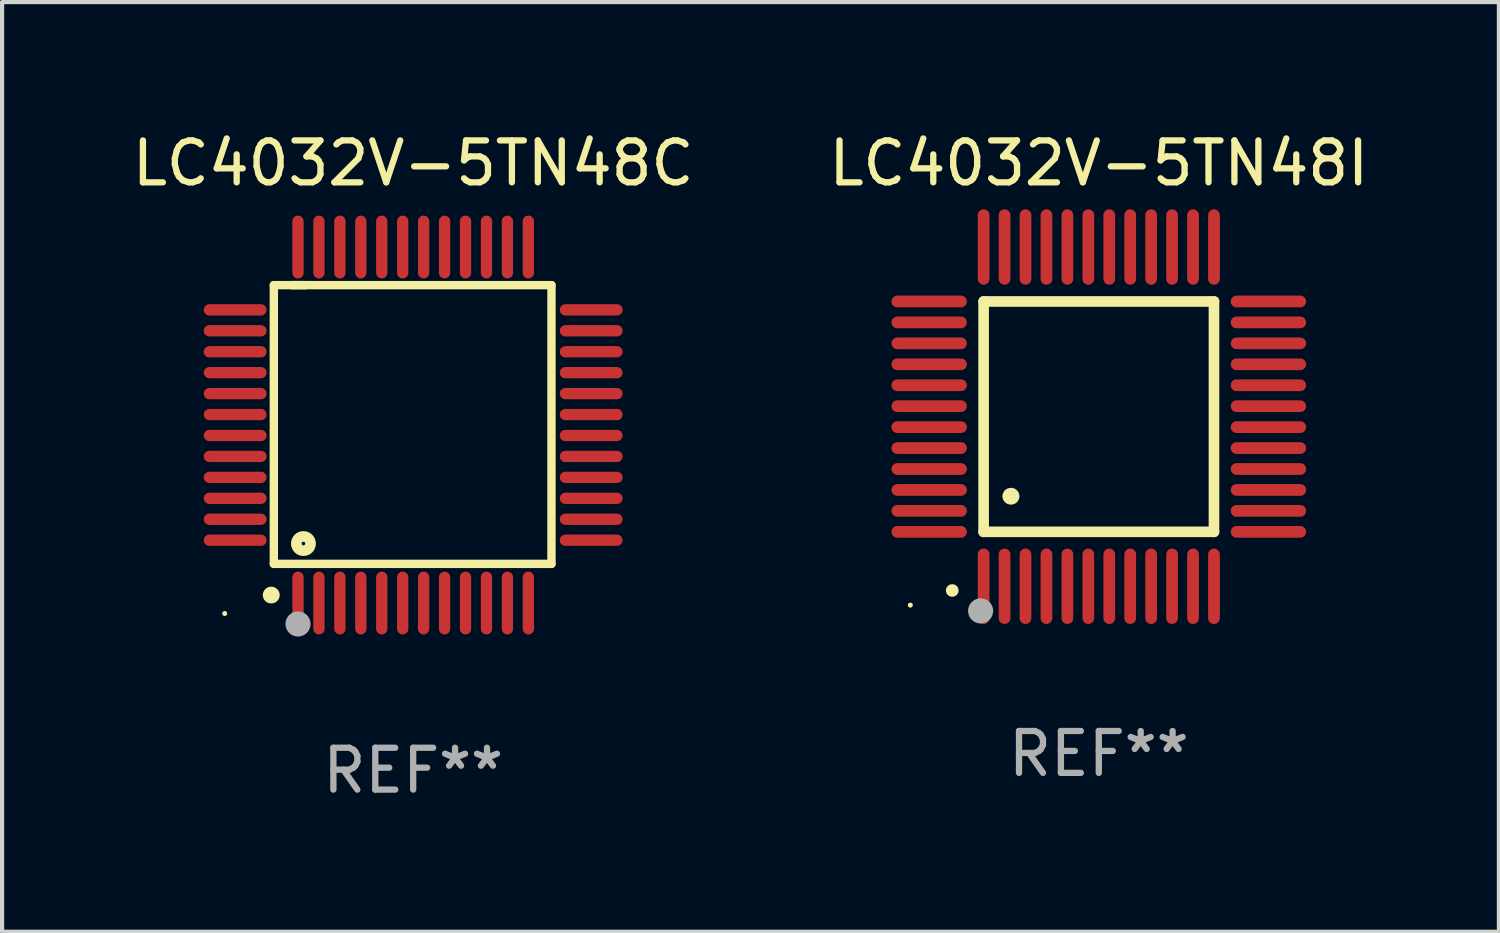
<source format=kicad_pcb>
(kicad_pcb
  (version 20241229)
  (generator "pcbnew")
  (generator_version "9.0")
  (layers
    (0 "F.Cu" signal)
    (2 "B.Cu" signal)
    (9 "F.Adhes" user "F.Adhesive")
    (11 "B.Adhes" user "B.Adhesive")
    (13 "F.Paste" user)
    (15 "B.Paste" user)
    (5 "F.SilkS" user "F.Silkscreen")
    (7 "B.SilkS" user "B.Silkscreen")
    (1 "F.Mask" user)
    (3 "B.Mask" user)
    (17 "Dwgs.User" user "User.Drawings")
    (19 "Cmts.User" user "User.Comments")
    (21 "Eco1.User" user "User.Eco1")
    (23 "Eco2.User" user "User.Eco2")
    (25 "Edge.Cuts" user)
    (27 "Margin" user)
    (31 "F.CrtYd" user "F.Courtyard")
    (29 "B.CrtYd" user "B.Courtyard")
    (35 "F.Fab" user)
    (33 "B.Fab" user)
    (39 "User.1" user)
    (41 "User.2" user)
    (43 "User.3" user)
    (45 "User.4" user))
  (footprint "LC4032V-5TN48I"
    (layer "F.Cu")
    (at 23.185 6.898)
    (property "Reference" "LC4032V-5TN48I" (at 0 -6.05 0) (layer "F.SilkS") (effects (font (size 1 1) (thickness 0.15))))
    (attr through_hole)
    (fp_line (start -2.75 -2.75) (end 2.75 -2.75) (stroke (width 0.254) (type solid)) (layer "F.SilkS"))
    (fp_line (start -2.75 2.75) (end -2.75 -2.75) (stroke (width 0.254) (type solid)) (layer "F.SilkS"))
    (fp_line (start 2.75 -2.75) (end 2.75 2.75) (stroke (width 0.254) (type solid)) (layer "F.SilkS"))
    (fp_line (start 2.75 2.75) (end -2.75 2.75) (stroke (width 0.254) (type solid)) (layer "F.SilkS"))
    (fp_arc (start -3.500127 4.150368) (mid -3.498857 4.150363) (end -3.497587 4.150368) (stroke (width 0.3) (type solid)) (layer "F.SilkS"))
    (fp_arc (start -2.100584 1.899924) (mid -2.098044 1.899908) (end -2.095504 1.899924) (stroke (width 0.4) (type solid)) (layer "F.SilkS"))
    (fp_circle (center -4.5 4.5) (end -4.47 4.5) (stroke (width 0.06) (type solid)) (fill no) (layer "F.SilkS"))
    (fp_circle (center -2.822 4.638) (end -2.672 4.638) (stroke (width 0.3) (type solid)) (fill no) (layer "F.Fab"))
    (fp_text user "REF**" (at 0 8.05 0) (layer "F.Fab") (effects (font (size 1 1) (thickness 0.15))))
    (pad "1" smd oval (at -2.75 4.05) (size 0.28 1.8) (layers "F.Cu" "F.Mask" "F.Paste"))
    (pad "2" smd oval (at -2.25 4.05) (size 0.28 1.8) (layers "F.Cu" "F.Mask" "F.Paste"))
    (pad "3" smd oval (at -1.75 4.05) (size 0.28 1.8) (layers "F.Cu" "F.Mask" "F.Paste"))
    (pad "4" smd oval (at -1.25 4.05) (size 0.28 1.8) (layers "F.Cu" "F.Mask" "F.Paste"))
    (pad "5" smd oval (at -0.75 4.05) (size 0.28 1.8) (layers "F.Cu" "F.Mask" "F.Paste"))
    (pad "6" smd oval (at -0.25 4.05) (size 0.28 1.8) (layers "F.Cu" "F.Mask" "F.Paste"))
    (pad "7" smd oval (at 0.25 4.05) (size 0.28 1.8) (layers "F.Cu" "F.Mask" "F.Paste"))
    (pad "8" smd oval (at 0.75 4.05) (size 0.28 1.8) (layers "F.Cu" "F.Mask" "F.Paste"))
    (pad "9" smd oval (at 1.25 4.05) (size 0.28 1.8) (layers "F.Cu" "F.Mask" "F.Paste"))
    (pad "10" smd oval (at 1.75 4.05) (size 0.28 1.8) (layers "F.Cu" "F.Mask" "F.Paste"))
    (pad "11" smd oval (at 2.25 4.05) (size 0.28 1.8) (layers "F.Cu" "F.Mask" "F.Paste"))
    (pad "12" smd oval (at 2.75 4.05) (size 0.28 1.8) (layers "F.Cu" "F.Mask" "F.Paste"))
    (pad "13" smd oval (at 4.05 2.75) (size 1.8 0.28) (layers "F.Cu" "F.Mask" "F.Paste"))
    (pad "14" smd oval (at 4.05 2.25) (size 1.8 0.28) (layers "F.Cu" "F.Mask" "F.Paste"))
    (pad "15" smd oval (at 4.05 1.75) (size 1.8 0.28) (layers "F.Cu" "F.Mask" "F.Paste"))
    (pad "16" smd oval (at 4.05 1.25) (size 1.8 0.28) (layers "F.Cu" "F.Mask" "F.Paste"))
    (pad "17" smd oval (at 4.05 0.75) (size 1.8 0.28) (layers "F.Cu" "F.Mask" "F.Paste"))
    (pad "18" smd oval (at 4.05 0.25) (size 1.8 0.28) (layers "F.Cu" "F.Mask" "F.Paste"))
    (pad "19" smd oval (at 4.05 -0.25) (size 1.8 0.28) (layers "F.Cu" "F.Mask" "F.Paste"))
    (pad "20" smd oval (at 4.05 -0.75) (size 1.8 0.28) (layers "F.Cu" "F.Mask" "F.Paste"))
    (pad "21" smd oval (at 4.05 -1.25) (size 1.8 0.28) (layers "F.Cu" "F.Mask" "F.Paste"))
    (pad "22" smd oval (at 4.05 -1.75) (size 1.8 0.28) (layers "F.Cu" "F.Mask" "F.Paste"))
    (pad "23" smd oval (at 4.05 -2.25) (size 1.8 0.28) (layers "F.Cu" "F.Mask" "F.Paste"))
    (pad "24" smd oval (at 4.05 -2.75) (size 1.8 0.28) (layers "F.Cu" "F.Mask" "F.Paste"))
    (pad "25" smd oval (at 2.75 -4.05) (size 0.28 1.8) (layers "F.Cu" "F.Mask" "F.Paste"))
    (pad "26" smd oval (at 2.25 -4.05) (size 0.28 1.8) (layers "F.Cu" "F.Mask" "F.Paste"))
    (pad "27" smd oval (at 1.75 -4.05) (size 0.28 1.8) (layers "F.Cu" "F.Mask" "F.Paste"))
    (pad "28" smd oval (at 1.25 -4.05) (size 0.28 1.8) (layers "F.Cu" "F.Mask" "F.Paste"))
    (pad "29" smd oval (at 0.75 -4.05) (size 0.28 1.8) (layers "F.Cu" "F.Mask" "F.Paste"))
    (pad "30" smd oval (at 0.25 -4.05) (size 0.28 1.8) (layers "F.Cu" "F.Mask" "F.Paste"))
    (pad "31" smd oval (at -0.25 -4.05) (size 0.28 1.8) (layers "F.Cu" "F.Mask" "F.Paste"))
    (pad "32" smd oval (at -0.75 -4.05) (size 0.28 1.8) (layers "F.Cu" "F.Mask" "F.Paste"))
    (pad "33" smd oval (at -1.25 -4.05) (size 0.28 1.8) (layers "F.Cu" "F.Mask" "F.Paste"))
    (pad "34" smd oval (at -1.75 -4.05) (size 0.28 1.8) (layers "F.Cu" "F.Mask" "F.Paste"))
    (pad "35" smd oval (at -2.25 -4.05) (size 0.28 1.8) (layers "F.Cu" "F.Mask" "F.Paste"))
    (pad "36" smd oval (at -2.75 -4.05) (size 0.28 1.8) (layers "F.Cu" "F.Mask" "F.Paste"))
    (pad "37" smd oval (at -4.05 -2.75) (size 1.8 0.28) (layers "F.Cu" "F.Mask" "F.Paste"))
    (pad "38" smd oval (at -4.05 -2.25) (size 1.8 0.28) (layers "F.Cu" "F.Mask" "F.Paste"))
    (pad "39" smd oval (at -4.05 -1.75) (size 1.8 0.28) (layers "F.Cu" "F.Mask" "F.Paste"))
    (pad "40" smd oval (at -4.05 -1.25) (size 1.8 0.28) (layers "F.Cu" "F.Mask" "F.Paste"))
    (pad "41" smd oval (at -4.05 -0.75) (size 1.8 0.28) (layers "F.Cu" "F.Mask" "F.Paste"))
    (pad "42" smd oval (at -4.05 -0.25) (size 1.8 0.28) (layers "F.Cu" "F.Mask" "F.Paste"))
    (pad "43" smd oval (at -4.05 0.25) (size 1.8 0.28) (layers "F.Cu" "F.Mask" "F.Paste"))
    (pad "44" smd oval (at -4.05 0.75) (size 1.8 0.28) (layers "F.Cu" "F.Mask" "F.Paste"))
    (pad "45" smd oval (at -4.05 1.25) (size 1.8 0.28) (layers "F.Cu" "F.Mask" "F.Paste"))
    (pad "46" smd oval (at -4.05 1.75) (size 1.8 0.28) (layers "F.Cu" "F.Mask" "F.Paste"))
    (pad "47" smd oval (at -4.05 2.25) (size 1.8 0.28) (layers "F.Cu" "F.Mask" "F.Paste"))
    (pad "48" smd oval (at -4.05 2.75) (size 1.8 0.28) (layers "F.Cu" "F.Mask" "F.Paste")))
  (footprint "LC4032V-5TN48C"
    (layer "F.Cu")
    (at 6.815 7.098)
    (property "Reference" "LC4032V-5TN48C" (at 0 -6.25 0) (layer "F.SilkS") (effects (font (size 1 1) (thickness 0.15))))
    (attr through_hole)
    (fp_line (start -3.327 -3.34) (end -2.565 -3.34) (stroke (width 0.2) (type solid)) (layer "F.SilkS"))
    (fp_line (start -3.327 3.315) (end -3.327 -3.34) (stroke (width 0.2) (type solid)) (layer "F.SilkS"))
    (fp_line (start -2.896 -3.34) (end 3.302 -3.34) (stroke (width 0.2) (type solid)) (layer "F.SilkS"))
    (fp_line (start 3.302 -3.34) (end 3.302 3.315) (stroke (width 0.2) (type solid)) (layer "F.SilkS"))
    (fp_line (start 3.302 3.315) (end -3.327 3.315) (stroke (width 0.2) (type solid)) (layer "F.SilkS"))
    (fp_arc (start -3.389992 4.059995) (mid -3.388722 4.059991) (end -3.387452 4.059995) (stroke (width 0.4) (type solid)) (layer "F.SilkS"))
    (fp_circle (center -4.5 4.5) (end -4.47 4.5) (stroke (width 0.06) (type solid)) (fill no) (layer "F.SilkS"))
    (fp_circle (center -2.62 2.83) (end -2.45 2.83) (stroke (width 0.254) (type solid)) (fill no) (layer "F.SilkS"))
    (fp_circle (center -2.75 4.75) (end -2.6 4.75) (stroke (width 0.3) (type solid)) (fill no) (layer "F.Fab"))
    (fp_text user "REF**" (at 0 8.25 0) (layer "F.Fab") (effects (font (size 1 1) (thickness 0.15))))
    (pad "1" smd oval (at -2.75 4.25) (size 0.27 1.5) (layers "F.Cu" "F.Mask" "F.Paste"))
    (pad "2" smd oval (at -2.25 4.25) (size 0.27 1.5) (layers "F.Cu" "F.Mask" "F.Paste"))
    (pad "3" smd oval (at -1.75 4.25) (size 0.27 1.5) (layers "F.Cu" "F.Mask" "F.Paste"))
    (pad "4" smd oval (at -1.25 4.25) (size 0.27 1.5) (layers "F.Cu" "F.Mask" "F.Paste"))
    (pad "5" smd oval (at -0.75 4.25) (size 0.27 1.5) (layers "F.Cu" "F.Mask" "F.Paste"))
    (pad "6" smd oval (at -0.25 4.25) (size 0.27 1.5) (layers "F.Cu" "F.Mask" "F.Paste"))
    (pad "7" smd oval (at 0.25 4.25) (size 0.27 1.5) (layers "F.Cu" "F.Mask" "F.Paste"))
    (pad "8" smd oval (at 0.75 4.25) (size 0.27 1.5) (layers "F.Cu" "F.Mask" "F.Paste"))
    (pad "9" smd oval (at 1.25 4.25) (size 0.27 1.5) (layers "F.Cu" "F.Mask" "F.Paste"))
    (pad "10" smd oval (at 1.75 4.25) (size 0.27 1.5) (layers "F.Cu" "F.Mask" "F.Paste"))
    (pad "11" smd oval (at 2.25 4.25) (size 0.27 1.5) (layers "F.Cu" "F.Mask" "F.Paste"))
    (pad "12" smd oval (at 2.75 4.25) (size 0.27 1.5) (layers "F.Cu" "F.Mask" "F.Paste"))
    (pad "13" smd oval (at 4.25 2.75) (size 1.5 0.27) (layers "F.Cu" "F.Mask" "F.Paste"))
    (pad "14" smd oval (at 4.25 2.25) (size 1.5 0.27) (layers "F.Cu" "F.Mask" "F.Paste"))
    (pad "15" smd oval (at 4.25 1.75) (size 1.5 0.27) (layers "F.Cu" "F.Mask" "F.Paste"))
    (pad "16" smd oval (at 4.25 1.25) (size 1.5 0.27) (layers "F.Cu" "F.Mask" "F.Paste"))
    (pad "17" smd oval (at 4.25 0.75) (size 1.5 0.27) (layers "F.Cu" "F.Mask" "F.Paste"))
    (pad "18" smd oval (at 4.25 0.25) (size 1.5 0.27) (layers "F.Cu" "F.Mask" "F.Paste"))
    (pad "19" smd oval (at 4.25 -0.25) (size 1.5 0.27) (layers "F.Cu" "F.Mask" "F.Paste"))
    (pad "20" smd oval (at 4.25 -0.75) (size 1.5 0.27) (layers "F.Cu" "F.Mask" "F.Paste"))
    (pad "21" smd oval (at 4.25 -1.25) (size 1.5 0.27) (layers "F.Cu" "F.Mask" "F.Paste"))
    (pad "22" smd oval (at 4.25 -1.75) (size 1.5 0.27) (layers "F.Cu" "F.Mask" "F.Paste"))
    (pad "23" smd oval (at 4.25 -2.25) (size 1.5 0.27) (layers "F.Cu" "F.Mask" "F.Paste"))
    (pad "24" smd oval (at 4.25 -2.75) (size 1.5 0.27) (layers "F.Cu" "F.Mask" "F.Paste"))
    (pad "25" smd oval (at 2.75 -4.25) (size 0.27 1.5) (layers "F.Cu" "F.Mask" "F.Paste"))
    (pad "26" smd oval (at 2.25 -4.25) (size 0.27 1.5) (layers "F.Cu" "F.Mask" "F.Paste"))
    (pad "27" smd oval (at 1.75 -4.25) (size 0.27 1.5) (layers "F.Cu" "F.Mask" "F.Paste"))
    (pad "28" smd oval (at 1.25 -4.25) (size 0.27 1.5) (layers "F.Cu" "F.Mask" "F.Paste"))
    (pad "29" smd oval (at 0.75 -4.25) (size 0.27 1.5) (layers "F.Cu" "F.Mask" "F.Paste"))
    (pad "30" smd oval (at 0.25 -4.25) (size 0.27 1.5) (layers "F.Cu" "F.Mask" "F.Paste"))
    (pad "31" smd oval (at -0.25 -4.25) (size 0.27 1.5) (layers "F.Cu" "F.Mask" "F.Paste"))
    (pad "32" smd oval (at -0.75 -4.25) (size 0.27 1.5) (layers "F.Cu" "F.Mask" "F.Paste"))
    (pad "33" smd oval (at -1.25 -4.25) (size 0.27 1.5) (layers "F.Cu" "F.Mask" "F.Paste"))
    (pad "34" smd oval (at -1.75 -4.25) (size 0.27 1.5) (layers "F.Cu" "F.Mask" "F.Paste"))
    (pad "35" smd oval (at -2.25 -4.25) (size 0.27 1.5) (layers "F.Cu" "F.Mask" "F.Paste"))
    (pad "36" smd oval (at -2.75 -4.25) (size 0.27 1.5) (layers "F.Cu" "F.Mask" "F.Paste"))
    (pad "37" smd oval (at -4.25 -2.75) (size 1.5 0.27) (layers "F.Cu" "F.Mask" "F.Paste"))
    (pad "38" smd oval (at -4.25 -2.25) (size 1.5 0.27) (layers "F.Cu" "F.Mask" "F.Paste"))
    (pad "39" smd oval (at -4.25 -1.75) (size 1.5 0.27) (layers "F.Cu" "F.Mask" "F.Paste"))
    (pad "40" smd oval (at -4.25 -1.25) (size 1.5 0.27) (layers "F.Cu" "F.Mask" "F.Paste"))
    (pad "41" smd oval (at -4.25 -0.75) (size 1.5 0.27) (layers "F.Cu" "F.Mask" "F.Paste"))
    (pad "42" smd oval (at -4.25 -0.25) (size 1.5 0.27) (layers "F.Cu" "F.Mask" "F.Paste"))
    (pad "43" smd oval (at -4.25 0.25) (size 1.5 0.27) (layers "F.Cu" "F.Mask" "F.Paste"))
    (pad "44" smd oval (at -4.25 0.75) (size 1.5 0.27) (layers "F.Cu" "F.Mask" "F.Paste"))
    (pad "45" smd oval (at -4.25 1.25) (size 1.5 0.27) (layers "F.Cu" "F.Mask" "F.Paste"))
    (pad "46" smd oval (at -4.25 1.75) (size 1.5 0.27) (layers "F.Cu" "F.Mask" "F.Paste"))
    (pad "47" smd oval (at -4.25 2.25) (size 1.5 0.27) (layers "F.Cu" "F.Mask" "F.Paste"))
    (pad "48" smd oval (at -4.25 2.75) (size 1.5 0.27) (layers "F.Cu" "F.Mask" "F.Paste")))
  (gr_rect
    (start -3 -3)
    (end 32.738 19.196)
    (stroke (width 0.1) (type default))
    (fill no)
    (layer "Edge.Cuts")))
</source>
